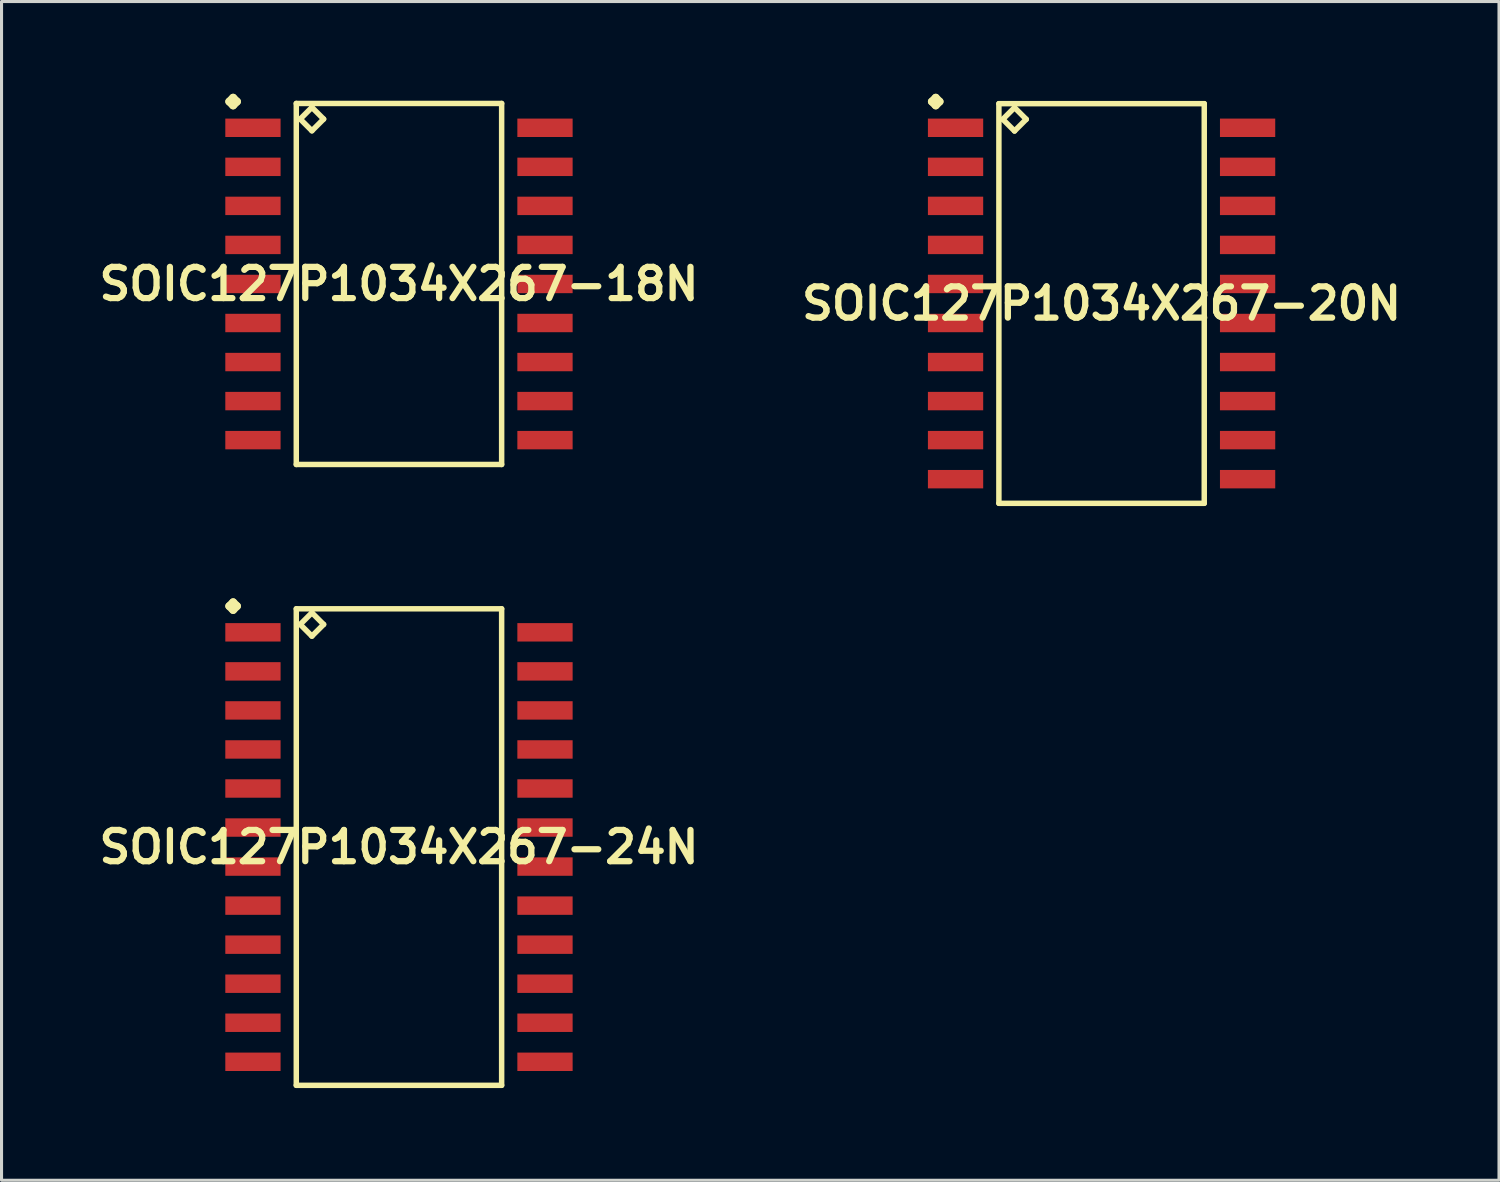
<source format=kicad_pcb>
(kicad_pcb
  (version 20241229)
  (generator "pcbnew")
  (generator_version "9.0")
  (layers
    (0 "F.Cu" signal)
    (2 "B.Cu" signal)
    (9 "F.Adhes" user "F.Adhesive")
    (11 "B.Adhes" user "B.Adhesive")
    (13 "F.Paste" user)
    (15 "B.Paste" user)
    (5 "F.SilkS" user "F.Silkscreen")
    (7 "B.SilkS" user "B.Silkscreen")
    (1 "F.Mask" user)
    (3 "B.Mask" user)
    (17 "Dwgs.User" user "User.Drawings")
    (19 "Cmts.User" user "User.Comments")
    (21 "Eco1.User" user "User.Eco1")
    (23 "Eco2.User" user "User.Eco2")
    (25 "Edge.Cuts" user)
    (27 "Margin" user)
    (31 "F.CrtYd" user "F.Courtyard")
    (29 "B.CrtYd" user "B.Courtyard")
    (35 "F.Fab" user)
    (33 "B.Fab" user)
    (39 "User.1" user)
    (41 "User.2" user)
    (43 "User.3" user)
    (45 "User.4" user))
  (footprint "SOIC127P1034X267-24N"
    (layer "F.Cu")
    (at 9.928 24.504)
    (property "Reference" "SOIC127P1034X267-24N" (at 0 0 0) (layer "F.SilkS") (effects (font (size 1.016 1.016) (thickness 0.203))))
    (attr smd)
    (fp_line (start -5.522 -7.838) (end -5.395 -7.965) (stroke (width 0.254) (type solid)) (layer "F.SilkS"))
    (fp_line (start -5.395 -7.965) (end -5.268 -7.838) (stroke (width 0.254) (type solid)) (layer "F.SilkS"))
    (fp_line (start -5.395 -7.711) (end -5.522 -7.838) (stroke (width 0.254) (type solid)) (layer "F.SilkS"))
    (fp_line (start -5.268 -7.838) (end -5.395 -7.711) (stroke (width 0.254) (type solid)) (layer "F.SilkS"))
    (fp_line (start -3.34 -7.75) (end -3.34 7.75) (stroke (width 0.178) (type solid)) (layer "F.SilkS"))
    (fp_line (start -3.34 7.75) (end 3.34 7.75) (stroke (width 0.178) (type solid)) (layer "F.SilkS"))
    (fp_line (start -3.213 -7.242) (end -2.832 -7.623) (stroke (width 0.178) (type solid)) (layer "F.SilkS"))
    (fp_line (start -2.832 -7.623) (end -2.451 -7.242) (stroke (width 0.178) (type solid)) (layer "F.SilkS"))
    (fp_line (start -2.832 -6.861) (end -3.213 -7.242) (stroke (width 0.178) (type solid)) (layer "F.SilkS"))
    (fp_line (start -2.451 -7.242) (end -2.832 -6.861) (stroke (width 0.178) (type solid)) (layer "F.SilkS"))
    (fp_line (start 3.34 -7.75) (end -3.34 -7.75) (stroke (width 0.178) (type solid)) (layer "F.SilkS"))
    (fp_line (start 3.34 7.75) (end 3.34 -7.75) (stroke (width 0.178) (type solid)) (layer "F.SilkS"))
    (pad "1" smd rect (at -4.75 -6.985) (size 1.798 0.599) (layers "F.Cu" "F.Mask" "F.Paste"))
    (pad "2" smd rect (at -4.75 -5.715) (size 1.798 0.599) (layers "F.Cu" "F.Mask" "F.Paste"))
    (pad "3" smd rect (at -4.75 -4.445) (size 1.798 0.599) (layers "F.Cu" "F.Mask" "F.Paste"))
    (pad "4" smd rect (at -4.75 -3.175) (size 1.798 0.599) (layers "F.Cu" "F.Mask" "F.Paste"))
    (pad "5" smd rect (at -4.75 -1.905) (size 1.798 0.599) (layers "F.Cu" "F.Mask" "F.Paste"))
    (pad "6" smd rect (at -4.75 -0.635) (size 1.798 0.599) (layers "F.Cu" "F.Mask" "F.Paste"))
    (pad "7" smd rect (at -4.75 0.635) (size 1.798 0.599) (layers "F.Cu" "F.Mask" "F.Paste"))
    (pad "8" smd rect (at -4.75 1.905) (size 1.798 0.599) (layers "F.Cu" "F.Mask" "F.Paste"))
    (pad "9" smd rect (at -4.75 3.175) (size 1.798 0.599) (layers "F.Cu" "F.Mask" "F.Paste"))
    (pad "10" smd rect (at -4.75 4.445) (size 1.798 0.599) (layers "F.Cu" "F.Mask" "F.Paste"))
    (pad "11" smd rect (at -4.75 5.715) (size 1.798 0.599) (layers "F.Cu" "F.Mask" "F.Paste"))
    (pad "12" smd rect (at -4.75 6.985) (size 1.798 0.599) (layers "F.Cu" "F.Mask" "F.Paste"))
    (pad "13" smd rect (at 4.75 6.985) (size 1.798 0.599) (layers "F.Cu" "F.Mask" "F.Paste"))
    (pad "14" smd rect (at 4.75 5.715) (size 1.798 0.599) (layers "F.Cu" "F.Mask" "F.Paste"))
    (pad "15" smd rect (at 4.75 4.445) (size 1.798 0.599) (layers "F.Cu" "F.Mask" "F.Paste"))
    (pad "16" smd rect (at 4.75 3.175) (size 1.798 0.599) (layers "F.Cu" "F.Mask" "F.Paste"))
    (pad "17" smd rect (at 4.75 1.905) (size 1.798 0.599) (layers "F.Cu" "F.Mask" "F.Paste"))
    (pad "18" smd rect (at 4.75 0.635) (size 1.798 0.599) (layers "F.Cu" "F.Mask" "F.Paste"))
    (pad "19" smd rect (at 4.75 -0.635) (size 1.798 0.599) (layers "F.Cu" "F.Mask" "F.Paste"))
    (pad "20" smd rect (at 4.75 -1.905) (size 1.798 0.599) (layers "F.Cu" "F.Mask" "F.Paste"))
    (pad "21" smd rect (at 4.75 -3.175) (size 1.798 0.599) (layers "F.Cu" "F.Mask" "F.Paste"))
    (pad "22" smd rect (at 4.75 -4.445) (size 1.798 0.599) (layers "F.Cu" "F.Mask" "F.Paste"))
    (pad "23" smd rect (at 4.75 -5.715) (size 1.798 0.599) (layers "F.Cu" "F.Mask" "F.Paste"))
    (pad "24" smd rect (at 4.75 -6.985) (size 1.798 0.599) (layers "F.Cu" "F.Mask" "F.Paste")))
  (footprint "SOIC127P1034X267-18N"
    (layer "F.Cu")
    (at 9.928 6.187)
    (property "Reference" "SOIC127P1034X267-18N" (at 0 0 0) (layer "F.SilkS") (effects (font (size 1.016 1.016) (thickness 0.203))))
    (attr smd)
    (fp_line (start -5.522 -5.933) (end -5.395 -6.06) (stroke (width 0.254) (type solid)) (layer "F.SilkS"))
    (fp_line (start -5.395 -6.06) (end -5.268 -5.933) (stroke (width 0.254) (type solid)) (layer "F.SilkS"))
    (fp_line (start -5.395 -5.806) (end -5.522 -5.933) (stroke (width 0.254) (type solid)) (layer "F.SilkS"))
    (fp_line (start -5.268 -5.933) (end -5.395 -5.806) (stroke (width 0.254) (type solid)) (layer "F.SilkS"))
    (fp_line (start -3.34 -5.872) (end -3.34 5.872) (stroke (width 0.178) (type solid)) (layer "F.SilkS"))
    (fp_line (start -3.34 5.872) (end 3.34 5.872) (stroke (width 0.178) (type solid)) (layer "F.SilkS"))
    (fp_line (start -3.213 -5.364) (end -2.832 -5.745) (stroke (width 0.178) (type solid)) (layer "F.SilkS"))
    (fp_line (start -2.832 -5.745) (end -2.451 -5.364) (stroke (width 0.178) (type solid)) (layer "F.SilkS"))
    (fp_line (start -2.832 -4.983) (end -3.213 -5.364) (stroke (width 0.178) (type solid)) (layer "F.SilkS"))
    (fp_line (start -2.451 -5.364) (end -2.832 -4.983) (stroke (width 0.178) (type solid)) (layer "F.SilkS"))
    (fp_line (start 3.34 -5.872) (end -3.34 -5.872) (stroke (width 0.178) (type solid)) (layer "F.SilkS"))
    (fp_line (start 3.34 5.872) (end 3.34 -5.872) (stroke (width 0.178) (type solid)) (layer "F.SilkS"))
    (pad "1" smd rect (at -4.75 -5.08) (size 1.798 0.599) (layers "F.Cu" "F.Mask" "F.Paste"))
    (pad "2" smd rect (at -4.75 -3.81) (size 1.798 0.599) (layers "F.Cu" "F.Mask" "F.Paste"))
    (pad "3" smd rect (at -4.75 -2.54) (size 1.798 0.599) (layers "F.Cu" "F.Mask" "F.Paste"))
    (pad "4" smd rect (at -4.75 -1.27) (size 1.798 0.599) (layers "F.Cu" "F.Mask" "F.Paste"))
    (pad "5" smd rect (at -4.75 0) (size 1.798 0.599) (layers "F.Cu" "F.Mask" "F.Paste"))
    (pad "6" smd rect (at -4.75 1.27) (size 1.798 0.599) (layers "F.Cu" "F.Mask" "F.Paste"))
    (pad "7" smd rect (at -4.75 2.54) (size 1.798 0.599) (layers "F.Cu" "F.Mask" "F.Paste"))
    (pad "8" smd rect (at -4.75 3.81) (size 1.798 0.599) (layers "F.Cu" "F.Mask" "F.Paste"))
    (pad "9" smd rect (at -4.75 5.08) (size 1.798 0.599) (layers "F.Cu" "F.Mask" "F.Paste"))
    (pad "10" smd rect (at 4.75 5.08) (size 1.798 0.599) (layers "F.Cu" "F.Mask" "F.Paste"))
    (pad "11" smd rect (at 4.75 3.81) (size 1.798 0.599) (layers "F.Cu" "F.Mask" "F.Paste"))
    (pad "12" smd rect (at 4.75 2.54) (size 1.798 0.599) (layers "F.Cu" "F.Mask" "F.Paste"))
    (pad "13" smd rect (at 4.75 1.27) (size 1.798 0.599) (layers "F.Cu" "F.Mask" "F.Paste"))
    (pad "14" smd rect (at 4.75 0) (size 1.798 0.599) (layers "F.Cu" "F.Mask" "F.Paste"))
    (pad "15" smd rect (at 4.75 -1.27) (size 1.798 0.599) (layers "F.Cu" "F.Mask" "F.Paste"))
    (pad "16" smd rect (at 4.75 -2.54) (size 1.798 0.599) (layers "F.Cu" "F.Mask" "F.Paste"))
    (pad "17" smd rect (at 4.75 -3.81) (size 1.798 0.599) (layers "F.Cu" "F.Mask" "F.Paste"))
    (pad "18" smd rect (at 4.75 -5.08) (size 1.798 0.599) (layers "F.Cu" "F.Mask" "F.Paste")))
  (footprint "SOIC127P1034X267-20N"
    (layer "F.Cu")
    (at 32.783 6.822)
    (property "Reference" "SOIC127P1034X267-20N" (at 0 0 0) (layer "F.SilkS") (effects (font (size 1.016 1.016) (thickness 0.203))))
    (attr smd)
    (fp_line (start -5.522 -6.568) (end -5.395 -6.695) (stroke (width 0.254) (type solid)) (layer "F.SilkS"))
    (fp_line (start -5.395 -6.695) (end -5.268 -6.568) (stroke (width 0.254) (type solid)) (layer "F.SilkS"))
    (fp_line (start -5.395 -6.441) (end -5.522 -6.568) (stroke (width 0.254) (type solid)) (layer "F.SilkS"))
    (fp_line (start -5.268 -6.568) (end -5.395 -6.441) (stroke (width 0.254) (type solid)) (layer "F.SilkS"))
    (fp_line (start -3.34 -6.5) (end -3.34 6.5) (stroke (width 0.178) (type solid)) (layer "F.SilkS"))
    (fp_line (start -3.34 6.5) (end 3.34 6.5) (stroke (width 0.178) (type solid)) (layer "F.SilkS"))
    (fp_line (start -3.213 -5.992) (end -2.832 -6.373) (stroke (width 0.178) (type solid)) (layer "F.SilkS"))
    (fp_line (start -2.832 -6.373) (end -2.451 -5.992) (stroke (width 0.178) (type solid)) (layer "F.SilkS"))
    (fp_line (start -2.832 -5.611) (end -3.213 -5.992) (stroke (width 0.178) (type solid)) (layer "F.SilkS"))
    (fp_line (start -2.451 -5.992) (end -2.832 -5.611) (stroke (width 0.178) (type solid)) (layer "F.SilkS"))
    (fp_line (start 3.34 -6.5) (end -3.34 -6.5) (stroke (width 0.178) (type solid)) (layer "F.SilkS"))
    (fp_line (start 3.34 6.5) (end 3.34 -6.5) (stroke (width 0.178) (type solid)) (layer "F.SilkS"))
    (pad "1" smd rect (at -4.75 -5.715) (size 1.798 0.599) (layers "F.Cu" "F.Mask" "F.Paste"))
    (pad "2" smd rect (at -4.75 -4.445) (size 1.798 0.599) (layers "F.Cu" "F.Mask" "F.Paste"))
    (pad "3" smd rect (at -4.75 -3.175) (size 1.798 0.599) (layers "F.Cu" "F.Mask" "F.Paste"))
    (pad "4" smd rect (at -4.75 -1.905) (size 1.798 0.599) (layers "F.Cu" "F.Mask" "F.Paste"))
    (pad "5" smd rect (at -4.75 -0.635) (size 1.798 0.599) (layers "F.Cu" "F.Mask" "F.Paste"))
    (pad "6" smd rect (at -4.75 0.635) (size 1.798 0.599) (layers "F.Cu" "F.Mask" "F.Paste"))
    (pad "7" smd rect (at -4.75 1.905) (size 1.798 0.599) (layers "F.Cu" "F.Mask" "F.Paste"))
    (pad "8" smd rect (at -4.75 3.175) (size 1.798 0.599) (layers "F.Cu" "F.Mask" "F.Paste"))
    (pad "9" smd rect (at -4.75 4.445) (size 1.798 0.599) (layers "F.Cu" "F.Mask" "F.Paste"))
    (pad "10" smd rect (at -4.75 5.715) (size 1.798 0.599) (layers "F.Cu" "F.Mask" "F.Paste"))
    (pad "11" smd rect (at 4.75 5.715) (size 1.798 0.599) (layers "F.Cu" "F.Mask" "F.Paste"))
    (pad "12" smd rect (at 4.75 4.445) (size 1.798 0.599) (layers "F.Cu" "F.Mask" "F.Paste"))
    (pad "13" smd rect (at 4.75 3.175) (size 1.798 0.599) (layers "F.Cu" "F.Mask" "F.Paste"))
    (pad "14" smd rect (at 4.75 1.905) (size 1.798 0.599) (layers "F.Cu" "F.Mask" "F.Paste"))
    (pad "15" smd rect (at 4.75 0.635) (size 1.798 0.599) (layers "F.Cu" "F.Mask" "F.Paste"))
    (pad "16" smd rect (at 4.75 -0.635) (size 1.798 0.599) (layers "F.Cu" "F.Mask" "F.Paste"))
    (pad "17" smd rect (at 4.75 -1.905) (size 1.798 0.599) (layers "F.Cu" "F.Mask" "F.Paste"))
    (pad "18" smd rect (at 4.75 -3.175) (size 1.798 0.599) (layers "F.Cu" "F.Mask" "F.Paste"))
    (pad "19" smd rect (at 4.75 -4.445) (size 1.798 0.599) (layers "F.Cu" "F.Mask" "F.Paste"))
    (pad "20" smd rect (at 4.75 -5.715) (size 1.798 0.599) (layers "F.Cu" "F.Mask" "F.Paste")))
  (gr_rect
    (start -3 -3)
    (end 45.711 35.342)
    (stroke (width 0.1) (type default))
    (fill no)
    (layer "Edge.Cuts")))
</source>
